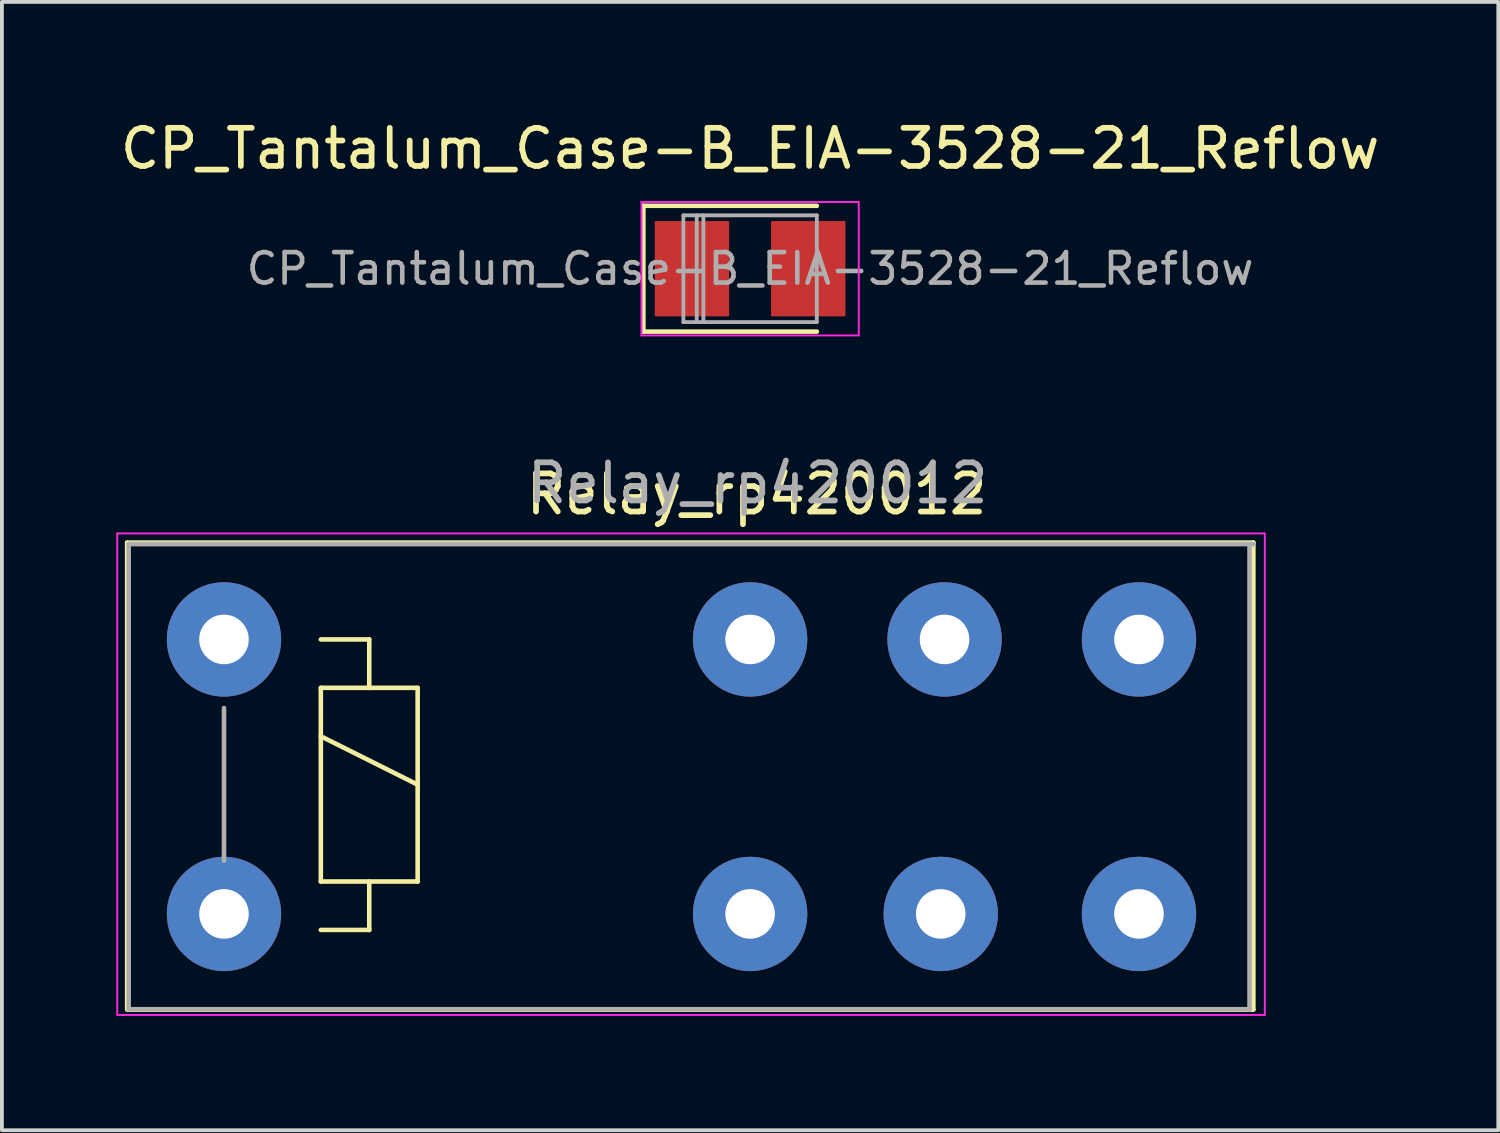
<source format=kicad_pcb>
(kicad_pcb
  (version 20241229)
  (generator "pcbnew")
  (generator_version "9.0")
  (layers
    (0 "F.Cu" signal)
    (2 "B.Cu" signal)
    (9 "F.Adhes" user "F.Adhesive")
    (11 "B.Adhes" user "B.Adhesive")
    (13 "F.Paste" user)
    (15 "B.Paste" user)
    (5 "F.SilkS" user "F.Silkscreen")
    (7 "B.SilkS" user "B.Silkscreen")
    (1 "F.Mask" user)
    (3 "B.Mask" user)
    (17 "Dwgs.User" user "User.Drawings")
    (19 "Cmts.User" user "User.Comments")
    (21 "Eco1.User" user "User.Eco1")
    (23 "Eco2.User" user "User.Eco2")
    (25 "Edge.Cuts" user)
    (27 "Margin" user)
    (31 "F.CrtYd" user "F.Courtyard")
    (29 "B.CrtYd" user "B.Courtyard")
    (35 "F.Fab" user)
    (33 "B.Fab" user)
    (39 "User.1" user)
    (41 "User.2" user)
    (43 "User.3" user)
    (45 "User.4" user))
  (footprint "CP_Tantalum_Case-B_EIA-3528-21_Reflow"
    (layer "F.Cu")
    (at 16.625 3.998)
    (property "Reference" "CP_Tantalum_Case-B_EIA-3528-21_Reflow" (at 0 -3.15 0) (layer "F.SilkS") (effects (font (size 1 1) (thickness 0.15))))
    (attr smd)
    (fp_line (start -2.8 -1.65) (end -2.8 1.65) (stroke (width 0.12) (type solid)) (layer "F.SilkS"))
    (fp_line (start -2.8 -1.65) (end 1.75 -1.65) (stroke (width 0.12) (type solid)) (layer "F.SilkS"))
    (fp_line (start -2.8 1.65) (end 1.75 1.65) (stroke (width 0.12) (type solid)) (layer "F.SilkS"))
    (fp_line (start -2.85 -1.75) (end -2.85 1.75) (stroke (width 0.05) (type solid)) (layer "F.CrtYd"))
    (fp_line (start -2.85 1.75) (end 2.85 1.75) (stroke (width 0.05) (type solid)) (layer "F.CrtYd"))
    (fp_line (start 2.85 -1.75) (end -2.85 -1.75) (stroke (width 0.05) (type solid)) (layer "F.CrtYd"))
    (fp_line (start 2.85 1.75) (end 2.85 -1.75) (stroke (width 0.05) (type solid)) (layer "F.CrtYd"))
    (fp_line (start -1.75 -1.4) (end -1.75 1.4) (stroke (width 0.1) (type solid)) (layer "F.Fab"))
    (fp_line (start -1.75 1.4) (end 1.75 1.4) (stroke (width 0.1) (type solid)) (layer "F.Fab"))
    (fp_line (start -1.4 -1.4) (end -1.4 1.4) (stroke (width 0.1) (type solid)) (layer "F.Fab"))
    (fp_line (start -1.225 -1.4) (end -1.225 1.4) (stroke (width 0.1) (type solid)) (layer "F.Fab"))
    (fp_line (start 1.75 -1.4) (end -1.75 -1.4) (stroke (width 0.1) (type solid)) (layer "F.Fab"))
    (fp_line (start 1.75 1.4) (end 1.75 -1.4) (stroke (width 0.1) (type solid)) (layer "F.Fab"))
    (fp_text user "${REFERENCE}" (at 0 0 0) (layer "F.Fab") (effects (font (size 0.8 0.8) (thickness 0.12))))
    (pad "1" smd rect (at -1.525 0) (size 1.95 2.5) (layers "F.Cu" "F.Mask" "F.Paste"))
    (pad "2" smd rect (at 1.525 0) (size 1.95 2.5) (layers "F.Cu" "F.Mask" "F.Paste")))
  (footprint "Relay_rp420012"
    (layer "F.Cu")
    (at 2.825 13.722)
    (property "Reference" "Relay_rp420012" (at 13.97 -3.81 0) (layer "F.SilkS") (effects (font (size 1 1) (thickness 0.15))))
    (attr through_hole)
    (fp_line (start -2.54 -2.54) (end 27 -2.54) (stroke (width 0.12) (type solid)) (layer "F.SilkS"))
    (fp_line (start -2.54 9.71) (end -2.54 -2.54) (stroke (width 0.12) (type solid)) (layer "F.SilkS"))
    (fp_line (start 2.54 0) (end 3.81 0) (stroke (width 0.12) (type solid)) (layer "F.SilkS"))
    (fp_line (start 2.54 1.27) (end 3.81 1.27) (stroke (width 0.12) (type solid)) (layer "F.SilkS"))
    (fp_line (start 2.54 2.54) (end 5.08 3.81) (stroke (width 0.12) (type solid)) (layer "F.SilkS"))
    (fp_line (start 2.54 6.35) (end 2.54 1.27) (stroke (width 0.12) (type solid)) (layer "F.SilkS"))
    (fp_line (start 3.81 0) (end 3.81 1.27) (stroke (width 0.12) (type solid)) (layer "F.SilkS"))
    (fp_line (start 3.81 1.27) (end 5.08 1.27) (stroke (width 0.12) (type solid)) (layer "F.SilkS"))
    (fp_line (start 3.81 6.35) (end 3.81 7.62) (stroke (width 0.12) (type solid)) (layer "F.SilkS"))
    (fp_line (start 3.81 7.62) (end 2.54 7.62) (stroke (width 0.12) (type solid)) (layer "F.SilkS"))
    (fp_line (start 5.08 1.27) (end 5.08 6.35) (stroke (width 0.12) (type solid)) (layer "F.SilkS"))
    (fp_line (start 5.08 6.35) (end 2.54 6.35) (stroke (width 0.12) (type solid)) (layer "F.SilkS"))
    (fp_line (start 27 -2.54) (end 27 9.7) (stroke (width 0.12) (type solid)) (layer "F.SilkS"))
    (fp_line (start 27 9.71) (end -2.51 9.71) (stroke (width 0.12) (type solid)) (layer "F.SilkS"))
    (fp_line (start -2.8 -2.78) (end 27.3 -2.78) (stroke (width 0.05) (type solid)) (layer "F.CrtYd"))
    (fp_line (start -2.8 9.85) (end -2.8 -2.78) (stroke (width 0.05) (type solid)) (layer "F.CrtYd"))
    (fp_line (start 27.3 -2.78) (end 27.3 9.85) (stroke (width 0.05) (type solid)) (layer "F.CrtYd"))
    (fp_line (start 27.3 9.85) (end -2.8 9.85) (stroke (width 0.05) (type solid)) (layer "F.CrtYd"))
    (fp_line (start -2.5 -2.5) (end 27 -2.5) (stroke (width 0.12) (type solid)) (layer "F.Fab"))
    (fp_line (start -2.5 9.7) (end -2.5 -2.5) (stroke (width 0.12) (type solid)) (layer "F.Fab"))
    (fp_line (start 0 1.8) (end 0 5.8) (stroke (width 0.12) (type solid)) (layer "F.Fab"))
    (fp_line (start 26.9 -2.5) (end 26.9 9.7) (stroke (width 0.12) (type solid)) (layer "F.Fab"))
    (fp_line (start 26.9 9.7) (end -2.5 9.7) (stroke (width 0.12) (type solid)) (layer "F.Fab"))
    (fp_text user "${REFERENCE}" (at 14 -4.1 0) (layer "F.Fab") (effects (font (size 1 1) (thickness 0.15))))
    (pad "11" thru_hole circle (at 18.9 0) (size 3 3) (drill 1.3) (layers "*.Cu" "*.Mask"))
    (pad "12" thru_hole circle (at 13.8 0) (size 3 3) (drill 1.3) (layers "*.Cu" "*.Mask"))
    (pad "14" thru_hole circle (at 24 0) (size 3 3) (drill 1.3) (layers "*.Cu" "*.Mask"))
    (pad "21" thru_hole circle (at 18.8 7.2) (size 3 3) (drill 1.3) (layers "*.Cu" "*.Mask"))
    (pad "22" thru_hole circle (at 13.8 7.2) (size 3 3) (drill 1.3) (layers "*.Cu" "*.Mask"))
    (pad "24" thru_hole circle (at 24 7.2) (size 3 3) (drill 1.3) (layers "*.Cu" "*.Mask"))
    (pad "A1" thru_hole circle (at 0 0) (size 3 3) (drill 1.3) (layers "*.Cu" "*.Mask"))
    (pad "A2" thru_hole circle (at 0 7.2) (size 3 3) (drill 1.3) (layers "*.Cu" "*.Mask")))
  (gr_rect
    (start -3 -3)
    (end 36.25 26.596)
    (stroke (width 0.1) (type default))
    (fill no)
    (layer "Edge.Cuts")))
</source>
